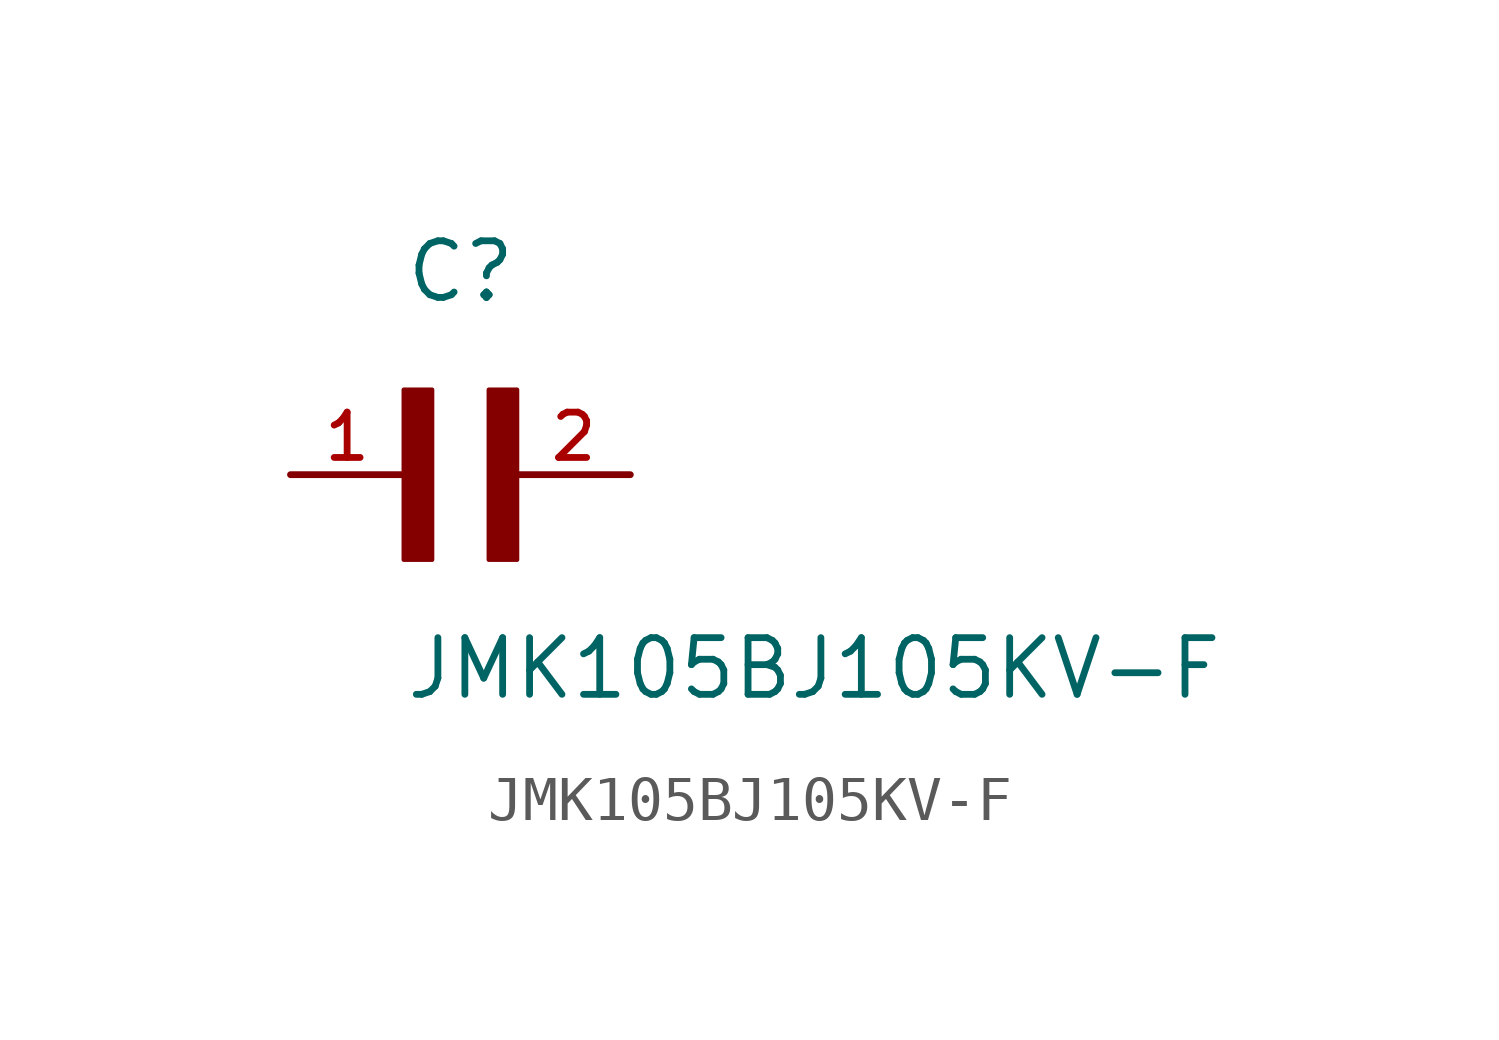
<source format=kicad_sym>
(kicad_symbol_lib
  (version 20211014)
  (generator kicad_symbol_editor)
  (symbol "JMK105BJ105KV-F"
    (pin_names
      (offset 1.016))
    (property "Reference" "C"
      (at 0.0 3.811 0)
      (effects (font (size 1.27 1.27)) (justify bottom left)))
    (property "Value" "JMK105BJ105KV-F"
      (at 0.0 -5.088 0)
      (effects (font (size 1.27 1.27)) (justify bottom left)))
    (symbol "JMK105BJ105KV-F_0_0"
      (rectangle (start 0.0 -1.907) (end 0.635 1.905) (stroke (width 0.1)) (fill (type outline)))
      (rectangle (start 1.907 -1.907) (end 2.54 1.905) (stroke (width 0.1)) (fill (type outline)))
      (pin passive line (at 5.08 0.0 180.0) (length 2.54) (name "~" (effects (font (size 1.016 1.016)))) (number "2" (effects (font (size 1.016 1.016)))))
      (pin passive line (at -2.54 0.0 0) (length 2.54) (name "~" (effects (font (size 1.016 1.016)))) (number "1" (effects (font (size 1.016 1.016))))))))
</source>
